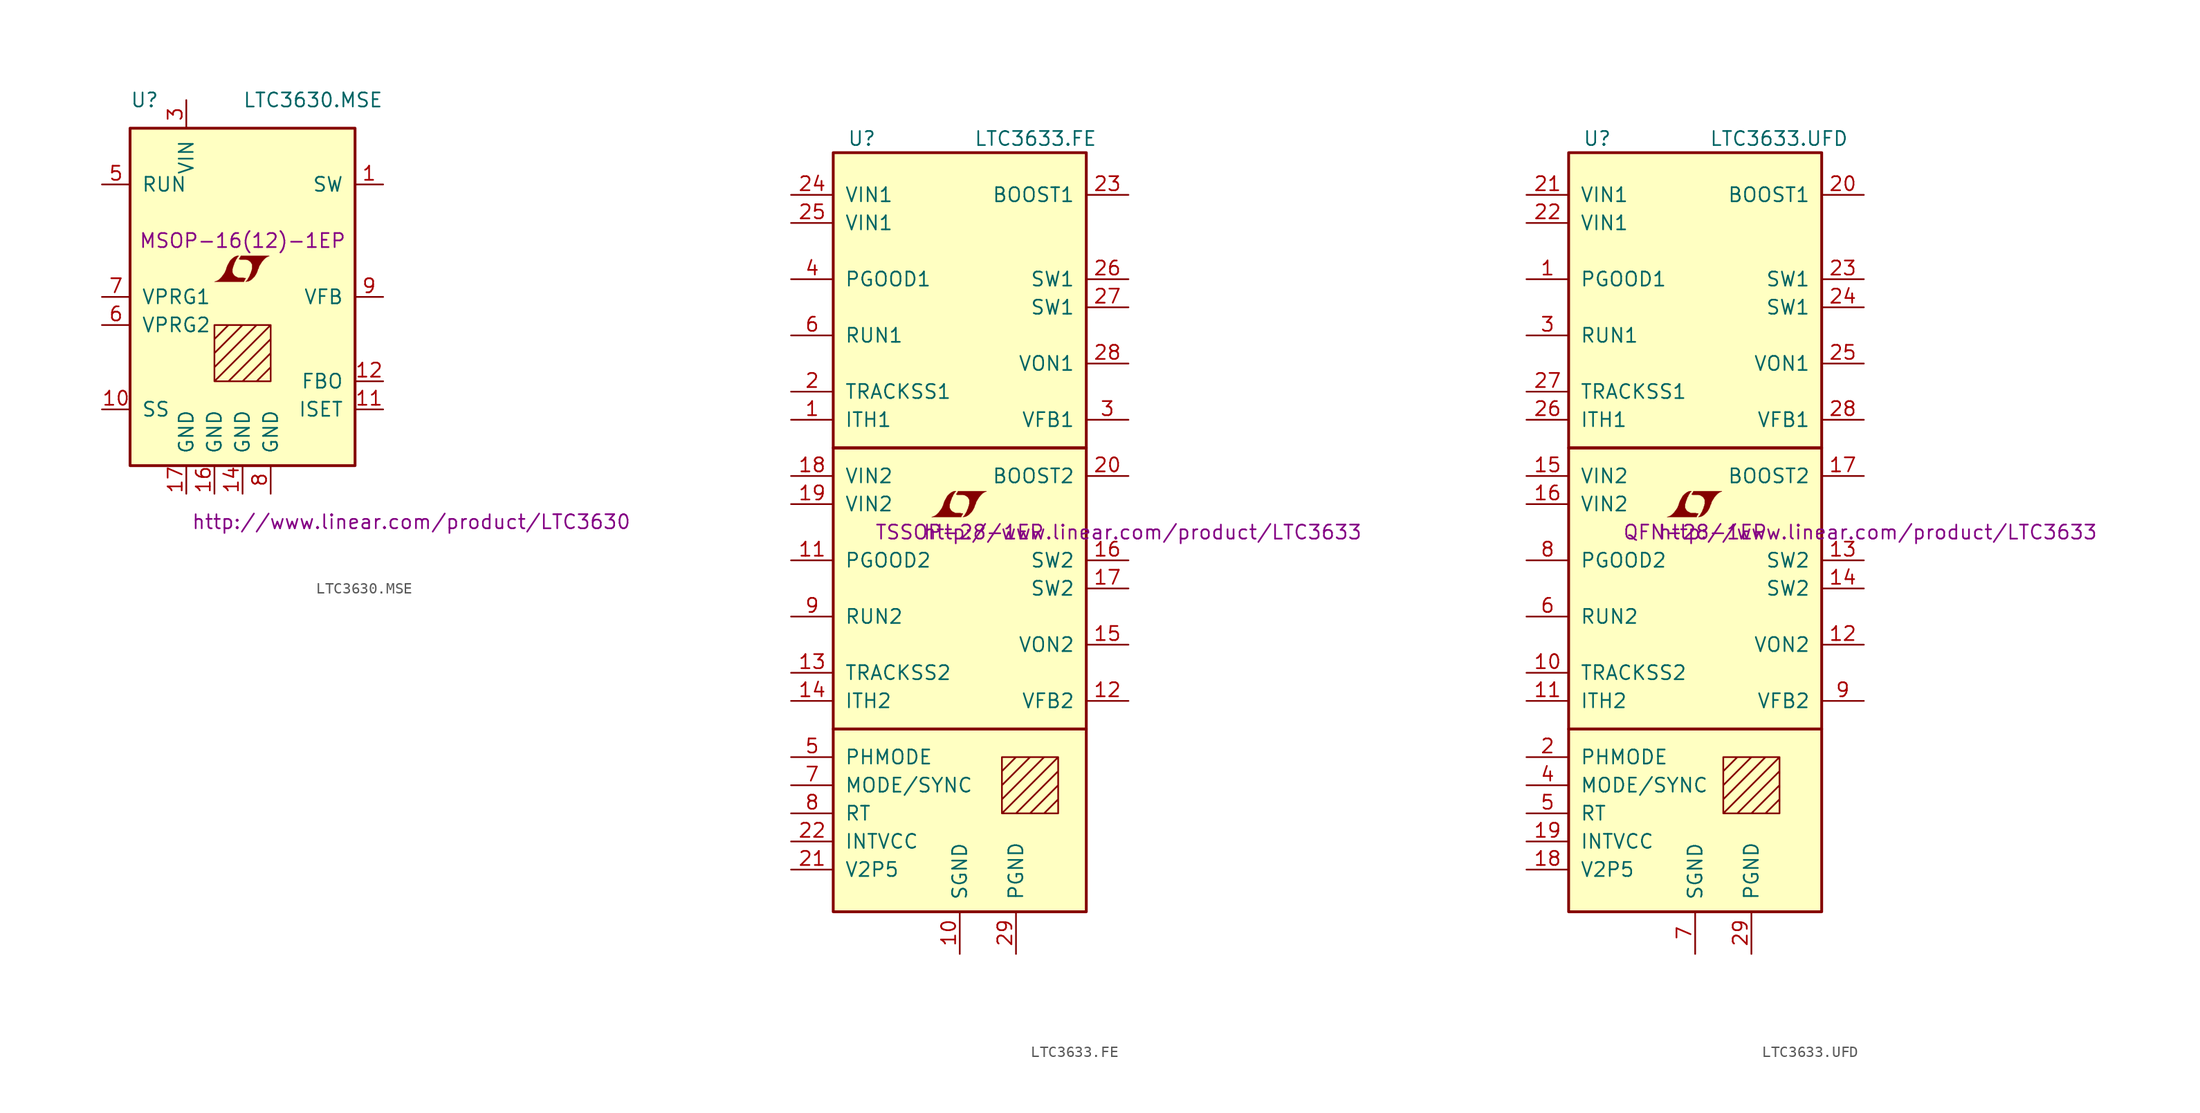
<source format=kicad_sym>
(kicad_symbol_lib
  (version 20201005)
  (generator kicad_symbol_editor)
  (symbol "LTC3630.MSE"
    (pin_names
      (offset 1.016))
    (property "Reference" "U"
      (at -10.16 17.78 0)
      (effects (font (size 1.27 1.27)) (justify left)))
    (property "Value" "LTC3630.MSE"
      (at 0 17.78 0)
      (effects (font (size 1.27 1.27)) (justify left)))
    (property "Footprint" "MSOP-16(12)-1EP"
      (at 0 5.08 0)
      (effects (font (size 1.27 1.27))))
    (property "Datasheet" "http://www.linear.com/product/LTC3630"
      (at 15.24 -20.32 0)
      (effects (font (size 1.27 1.27))))
    (symbol "LTC3630.MSE_0_0"
      (polyline (pts (xy 0.203 1.549) (xy 0.229 1.575) (xy 0.279 1.676) (xy 0.279 1.702) (xy 0.152 1.702) (xy 0.051 1.727) (xy -0.406 1.727) (xy -0.432 1.753) (xy -0.686 1.88) (xy -0.787 1.981) (xy -0.864 2.108) (xy -0.914 2.21) (xy -0.914 2.515) (xy -0.864 2.667) (xy -0.838 2.769) (xy -0.813 2.845) (xy -0.762 2.972) (xy -0.711 3.124) (xy -0.635 3.251) (xy -0.584 3.378) (xy -0.508 3.48) (xy -0.457 3.581) (xy -0.33 3.708) (xy -0.508 3.708) (xy -0.635 3.658) (xy -0.737 3.607) (xy -0.813 3.556) (xy -0.94 3.454) (xy -1.118 3.277) (xy -1.372 2.819) (xy -1.473 2.54) (xy -1.473 2.489) (xy -1.524 2.388) (xy -1.575 2.261) (xy -1.626 2.159) (xy -1.753 1.981) (xy -1.905 1.778) (xy -2.057 1.626) (xy -2.21 1.499) (xy -2.388 1.422) (xy -2.54 1.372) (xy 0.127 1.372) (xy 0.203 1.549)) (stroke (width 0.025)) (fill (type outline)))
      (polyline (pts (xy 0.406 1.397) (xy 0.483 1.397) (xy 0.66 1.473) (xy 0.813 1.575) (xy 1.092 1.854) (xy 1.219 2.057) (xy 1.321 2.261) (xy 1.397 2.515) (xy 1.422 2.515) (xy 1.499 2.769) (xy 1.753 3.175) (xy 1.905 3.353) (xy 2.057 3.505) (xy 2.21 3.607) (xy 2.388 3.683) (xy 2.413 3.683) (xy 2.413 3.708) (xy -0.152 3.708) (xy -0.229 3.556) (xy -0.254 3.531) (xy -0.305 3.429) (xy -0.33 3.404) (xy -0.279 3.404) (xy -0.229 3.378) (xy 0.305 3.378) (xy 0.356 3.353) (xy 0.406 3.353) (xy 0.483 3.327) (xy 0.61 3.251) (xy 0.737 3.15) (xy 0.813 3.023) (xy 0.838 2.972) (xy 0.864 2.946) (xy 0.864 2.54) (xy 0.838 2.489) (xy 0.838 2.413) (xy 0.787 2.311) (xy 0.762 2.184) (xy 0.686 2.032) (xy 0.635 1.88) (xy 0.483 1.626) (xy 0.432 1.524) (xy 0.279 1.372) (xy 0.406 1.397)) (stroke (width 0.025)) (fill (type outline))))
    (symbol "LTC3630.MSE_0_1"
      (rectangle (start -10.16 15.24) (end 10.16 -15.24) (stroke (width 0.254)) (fill (type background)))
      (polyline (pts (xy -2.54 -3.81) (xy -1.27 -2.54) (xy 0 -2.54) (xy -2.54 -5.08) (xy -2.54 -6.35) (xy 1.27 -2.54) (xy 2.54 -2.54) (xy -2.54 -7.62) (xy -1.27 -7.62) (xy 2.54 -3.81) (xy 2.54 -5.08) (xy 0 -7.62) (xy 1.27 -7.62) (xy 2.54 -6.35) (xy 2.54 -7.62) (xy -2.54 -7.62) (xy -2.54 -2.54) (xy 2.54 -2.54) (xy 2.54 -7.62)) (stroke (width 0)) (fill (type none))))
    (symbol "LTC3630.MSE_1_1"
      (pin passive line (at 12.7 10.16 180) (length 2.54) (name "SW" (effects (font (size 1.27 1.27)))) (number "1" (effects (font (size 1.27 1.27)))))
      (pin passive line (at -12.7 -10.16 0) (length 2.54) (name "SS" (effects (font (size 1.27 1.27)))) (number "10" (effects (font (size 1.27 1.27)))))
      (pin passive line (at 12.7 -10.16 180) (length 2.54) (name "ISET" (effects (font (size 1.27 1.27)))) (number "11" (effects (font (size 1.27 1.27)))))
      (pin passive line (at 12.7 -7.62 180) (length 2.54) (name "FBO" (effects (font (size 1.27 1.27)))) (number "12" (effects (font (size 1.27 1.27)))))
      (pin power_in line (at 0 -17.78 90) (length 2.54) (name "GND" (effects (font (size 1.27 1.27)))) (number "14" (effects (font (size 1.27 1.27)))))
      (pin power_in line (at -2.54 -17.78 90) (length 2.54) (name "GND" (effects (font (size 1.27 1.27)))) (number "16" (effects (font (size 1.27 1.27)))))
      (pin power_in line (at -5.08 -17.78 90) (length 2.54) (name "GND" (effects (font (size 1.27 1.27)))) (number "17" (effects (font (size 1.27 1.27)))))
      (pin power_in line (at -5.08 17.78 270) (length 2.54) (name "VIN" (effects (font (size 1.27 1.27)))) (number "3" (effects (font (size 1.27 1.27)))))
      (pin input line (at -12.7 10.16 0) (length 2.54) (name "RUN" (effects (font (size 1.27 1.27)))) (number "5" (effects (font (size 1.27 1.27)))))
      (pin input line (at -12.7 -2.54 0) (length 2.54) (name "VPRG2" (effects (font (size 1.27 1.27)))) (number "6" (effects (font (size 1.27 1.27)))))
      (pin input line (at -12.7 0 0) (length 2.54) (name "VPRG1" (effects (font (size 1.27 1.27)))) (number "7" (effects (font (size 1.27 1.27)))))
      (pin power_in line (at 2.54 -17.78 90) (length 2.54) (name "GND" (effects (font (size 1.27 1.27)))) (number "8" (effects (font (size 1.27 1.27)))))
      (pin passive line (at 12.7 0 180) (length 2.54) (name "VFB" (effects (font (size 1.27 1.27)))) (number "9" (effects (font (size 1.27 1.27)))))))
  (symbol "LTC3633.FE"
    (pin_names
      (offset 1.016))
    (property "Reference" "U"
      (at -10.16 35.56 0)
      (effects (font (size 1.27 1.27)) (justify left)))
    (property "Value" "LTC3633.FE"
      (at 1.27 35.56 0)
      (effects (font (size 1.27 1.27)) (justify left)))
    (property "Footprint" "TSSOP-28-1EP"
      (at 0 0 0)
      (effects (font (size 1.27 1.27))))
    (property "Datasheet" "http://www.linear.com/product/LTC3633"
      (at 16.51 0 0)
      (effects (font (size 1.27 1.27))))
    (symbol "LTC3633.FE_0_0"
      (polyline (pts (xy 0.203 1.549) (xy 0.229 1.575) (xy 0.279 1.676) (xy 0.279 1.702) (xy 0.152 1.702) (xy 0.051 1.727) (xy -0.406 1.727) (xy -0.432 1.753) (xy -0.686 1.88) (xy -0.787 1.981) (xy -0.864 2.108) (xy -0.914 2.21) (xy -0.914 2.515) (xy -0.864 2.667) (xy -0.838 2.769) (xy -0.813 2.845) (xy -0.762 2.972) (xy -0.711 3.124) (xy -0.635 3.251) (xy -0.584 3.378) (xy -0.508 3.48) (xy -0.457 3.581) (xy -0.33 3.708) (xy -0.508 3.708) (xy -0.635 3.658) (xy -0.737 3.607) (xy -0.813 3.556) (xy -0.94 3.454) (xy -1.118 3.277) (xy -1.372 2.819) (xy -1.473 2.54) (xy -1.473 2.489) (xy -1.524 2.388) (xy -1.575 2.261) (xy -1.626 2.159) (xy -1.753 1.981) (xy -1.905 1.778) (xy -2.057 1.626) (xy -2.21 1.499) (xy -2.388 1.422) (xy -2.54 1.372) (xy 0.127 1.372) (xy 0.203 1.549)) (stroke (width 0.025)) (fill (type outline)))
      (polyline (pts (xy 0.406 1.397) (xy 0.483 1.397) (xy 0.66 1.473) (xy 0.813 1.575) (xy 1.092 1.854) (xy 1.219 2.057) (xy 1.321 2.261) (xy 1.397 2.515) (xy 1.422 2.515) (xy 1.499 2.769) (xy 1.753 3.175) (xy 1.905 3.353) (xy 2.057 3.505) (xy 2.21 3.607) (xy 2.388 3.683) (xy 2.413 3.683) (xy 2.413 3.708) (xy -0.152 3.708) (xy -0.229 3.556) (xy -0.254 3.531) (xy -0.305 3.429) (xy -0.33 3.404) (xy -0.279 3.404) (xy -0.229 3.378) (xy 0.305 3.378) (xy 0.356 3.353) (xy 0.406 3.353) (xy 0.483 3.327) (xy 0.61 3.251) (xy 0.737 3.15) (xy 0.813 3.023) (xy 0.838 2.972) (xy 0.864 2.946) (xy 0.864 2.54) (xy 0.838 2.489) (xy 0.838 2.413) (xy 0.787 2.311) (xy 0.762 2.184) (xy 0.686 2.032) (xy 0.635 1.88) (xy 0.483 1.626) (xy 0.432 1.524) (xy 0.279 1.372) (xy 0.406 1.397)) (stroke (width 0.025)) (fill (type outline))))
    (symbol "LTC3633.FE_0_1"
      (rectangle (start -11.43 -17.78) (end 11.43 -34.29) (stroke (width 0.254)) (fill (type background)))
      (rectangle (start -11.43 7.62) (end 11.43 -17.78) (stroke (width 0.254)) (fill (type background)))
      (rectangle (start -11.43 34.29) (end 11.43 7.62) (stroke (width 0.254)) (fill (type background)))
      (polyline (pts (xy 3.81 -21.59) (xy 5.08 -20.32) (xy 6.35 -20.32) (xy 3.81 -22.86) (xy 3.81 -24.13) (xy 7.62 -20.32) (xy 8.89 -20.32) (xy 3.81 -25.4) (xy 5.08 -25.4) (xy 8.89 -21.59) (xy 8.89 -22.86) (xy 6.35 -25.4) (xy 7.62 -25.4) (xy 8.89 -24.13) (xy 8.89 -25.4) (xy 3.81 -25.4) (xy 3.81 -20.32) (xy 8.89 -20.32) (xy 8.89 -25.4)) (stroke (width 0)) (fill (type none))))
    (symbol "LTC3633.FE_1_1"
      (pin passive line (at -15.24 10.16 0) (length 3.81) (name "ITH1" (effects (font (size 1.27 1.27)))) (number "1" (effects (font (size 1.27 1.27)))))
      (pin power_in line (at 0 -38.1 90) (length 3.81) (name "SGND" (effects (font (size 1.27 1.27)))) (number "10" (effects (font (size 1.27 1.27)))))
      (pin open_collector line (at -15.24 -2.54 0) (length 3.81) (name "PGOOD2" (effects (font (size 1.27 1.27)))) (number "11" (effects (font (size 1.27 1.27)))))
      (pin passive line (at 15.24 -15.24 180) (length 3.81) (name "VFB2" (effects (font (size 1.27 1.27)))) (number "12" (effects (font (size 1.27 1.27)))))
      (pin passive line (at -15.24 -12.7 0) (length 3.81) (name "TRACKSS2" (effects (font (size 1.27 1.27)))) (number "13" (effects (font (size 1.27 1.27)))))
      (pin passive line (at -15.24 -15.24 0) (length 3.81) (name "ITH2" (effects (font (size 1.27 1.27)))) (number "14" (effects (font (size 1.27 1.27)))))
      (pin passive line (at 15.24 -10.16 180) (length 3.81) (name "VON2" (effects (font (size 1.27 1.27)))) (number "15" (effects (font (size 1.27 1.27)))))
      (pin passive line (at 15.24 -2.54 180) (length 3.81) (name "SW2" (effects (font (size 1.27 1.27)))) (number "16" (effects (font (size 1.27 1.27)))))
      (pin passive line (at 15.24 -5.08 180) (length 3.81) (name "SW2" (effects (font (size 1.27 1.27)))) (number "17" (effects (font (size 1.27 1.27)))))
      (pin power_in line (at -15.24 5.08 0) (length 3.81) (name "VIN2" (effects (font (size 1.27 1.27)))) (number "18" (effects (font (size 1.27 1.27)))))
      (pin power_in line (at -15.24 2.54 0) (length 3.81) (name "VIN2" (effects (font (size 1.27 1.27)))) (number "19" (effects (font (size 1.27 1.27)))))
      (pin passive line (at -15.24 12.7 0) (length 3.81) (name "TRACKSS1" (effects (font (size 1.27 1.27)))) (number "2" (effects (font (size 1.27 1.27)))))
      (pin passive line (at 15.24 5.08 180) (length 3.81) (name "BOOST2" (effects (font (size 1.27 1.27)))) (number "20" (effects (font (size 1.27 1.27)))))
      (pin passive line (at -15.24 -30.48 0) (length 3.81) (name "V2P5" (effects (font (size 1.27 1.27)))) (number "21" (effects (font (size 1.27 1.27)))))
      (pin passive line (at -15.24 -27.94 0) (length 3.81) (name "INTVCC" (effects (font (size 1.27 1.27)))) (number "22" (effects (font (size 1.27 1.27)))))
      (pin passive line (at 15.24 30.48 180) (length 3.81) (name "BOOST1" (effects (font (size 1.27 1.27)))) (number "23" (effects (font (size 1.27 1.27)))))
      (pin power_in line (at -15.24 30.48 0) (length 3.81) (name "VIN1" (effects (font (size 1.27 1.27)))) (number "24" (effects (font (size 1.27 1.27)))))
      (pin power_in line (at -15.24 27.94 0) (length 3.81) (name "VIN1" (effects (font (size 1.27 1.27)))) (number "25" (effects (font (size 1.27 1.27)))))
      (pin passive line (at 15.24 22.86 180) (length 3.81) (name "SW1" (effects (font (size 1.27 1.27)))) (number "26" (effects (font (size 1.27 1.27)))))
      (pin passive line (at 15.24 20.32 180) (length 3.81) (name "SW1" (effects (font (size 1.27 1.27)))) (number "27" (effects (font (size 1.27 1.27)))))
      (pin passive line (at 15.24 15.24 180) (length 3.81) (name "VON1" (effects (font (size 1.27 1.27)))) (number "28" (effects (font (size 1.27 1.27)))))
      (pin power_in line (at 5.08 -38.1 90) (length 3.81) (name "PGND" (effects (font (size 1.27 1.27)))) (number "29" (effects (font (size 1.27 1.27)))))
      (pin passive line (at 15.24 10.16 180) (length 3.81) (name "VFB1" (effects (font (size 1.27 1.27)))) (number "3" (effects (font (size 1.27 1.27)))))
      (pin open_collector line (at -15.24 22.86 0) (length 3.81) (name "PGOOD1" (effects (font (size 1.27 1.27)))) (number "4" (effects (font (size 1.27 1.27)))))
      (pin input line (at -15.24 -20.32 0) (length 3.81) (name "PHMODE" (effects (font (size 1.27 1.27)))) (number "5" (effects (font (size 1.27 1.27)))))
      (pin input line (at -15.24 17.78 0) (length 3.81) (name "RUN1" (effects (font (size 1.27 1.27)))) (number "6" (effects (font (size 1.27 1.27)))))
      (pin input line (at -15.24 -22.86 0) (length 3.81) (name "MODE/SYNC" (effects (font (size 1.27 1.27)))) (number "7" (effects (font (size 1.27 1.27)))))
      (pin passive line (at -15.24 -25.4 0) (length 3.81) (name "RT" (effects (font (size 1.27 1.27)))) (number "8" (effects (font (size 1.27 1.27)))))
      (pin input line (at -15.24 -7.62 0) (length 3.81) (name "RUN2" (effects (font (size 1.27 1.27)))) (number "9" (effects (font (size 1.27 1.27)))))))
  (symbol "LTC3633.UFD"
    (pin_names
      (offset 1.016))
    (property "Reference" "U"
      (at -10.16 35.56 0)
      (effects (font (size 1.27 1.27)) (justify left)))
    (property "Value" "LTC3633.UFD"
      (at 1.27 35.56 0)
      (effects (font (size 1.27 1.27)) (justify left)))
    (property "Footprint" "QFN-28-1EP"
      (at 0 0 0)
      (effects (font (size 1.27 1.27))))
    (property "Datasheet" "http://www.linear.com/product/LTC3633"
      (at 16.51 0 0)
      (effects (font (size 1.27 1.27))))
    (symbol "LTC3633.UFD_0_0"
      (polyline (pts (xy 0.203 1.549) (xy 0.229 1.575) (xy 0.279 1.676) (xy 0.279 1.702) (xy 0.152 1.702) (xy 0.051 1.727) (xy -0.406 1.727) (xy -0.432 1.753) (xy -0.686 1.88) (xy -0.787 1.981) (xy -0.864 2.108) (xy -0.914 2.21) (xy -0.914 2.515) (xy -0.864 2.667) (xy -0.838 2.769) (xy -0.813 2.845) (xy -0.762 2.972) (xy -0.711 3.124) (xy -0.635 3.251) (xy -0.584 3.378) (xy -0.508 3.48) (xy -0.457 3.581) (xy -0.33 3.708) (xy -0.508 3.708) (xy -0.635 3.658) (xy -0.737 3.607) (xy -0.813 3.556) (xy -0.94 3.454) (xy -1.118 3.277) (xy -1.372 2.819) (xy -1.473 2.54) (xy -1.473 2.489) (xy -1.524 2.388) (xy -1.575 2.261) (xy -1.626 2.159) (xy -1.753 1.981) (xy -1.905 1.778) (xy -2.057 1.626) (xy -2.21 1.499) (xy -2.388 1.422) (xy -2.54 1.372) (xy 0.127 1.372) (xy 0.203 1.549)) (stroke (width 0.025)) (fill (type outline)))
      (polyline (pts (xy 0.406 1.397) (xy 0.483 1.397) (xy 0.66 1.473) (xy 0.813 1.575) (xy 1.092 1.854) (xy 1.219 2.057) (xy 1.321 2.261) (xy 1.397 2.515) (xy 1.422 2.515) (xy 1.499 2.769) (xy 1.753 3.175) (xy 1.905 3.353) (xy 2.057 3.505) (xy 2.21 3.607) (xy 2.388 3.683) (xy 2.413 3.683) (xy 2.413 3.708) (xy -0.152 3.708) (xy -0.229 3.556) (xy -0.254 3.531) (xy -0.305 3.429) (xy -0.33 3.404) (xy -0.279 3.404) (xy -0.229 3.378) (xy 0.305 3.378) (xy 0.356 3.353) (xy 0.406 3.353) (xy 0.483 3.327) (xy 0.61 3.251) (xy 0.737 3.15) (xy 0.813 3.023) (xy 0.838 2.972) (xy 0.864 2.946) (xy 0.864 2.54) (xy 0.838 2.489) (xy 0.838 2.413) (xy 0.787 2.311) (xy 0.762 2.184) (xy 0.686 2.032) (xy 0.635 1.88) (xy 0.483 1.626) (xy 0.432 1.524) (xy 0.279 1.372) (xy 0.406 1.397)) (stroke (width 0.025)) (fill (type outline))))
    (symbol "LTC3633.UFD_0_1"
      (rectangle (start -11.43 -17.78) (end 11.43 -34.29) (stroke (width 0.254)) (fill (type background)))
      (rectangle (start -11.43 7.62) (end 11.43 -17.78) (stroke (width 0.254)) (fill (type background)))
      (rectangle (start -11.43 34.29) (end 11.43 7.62) (stroke (width 0.254)) (fill (type background)))
      (polyline (pts (xy 2.54 -21.59) (xy 3.81 -20.32) (xy 5.08 -20.32) (xy 2.54 -22.86) (xy 2.54 -24.13) (xy 6.35 -20.32) (xy 7.62 -20.32) (xy 2.54 -25.4) (xy 3.81 -25.4) (xy 7.62 -21.59) (xy 7.62 -22.86) (xy 5.08 -25.4) (xy 6.35 -25.4) (xy 7.62 -24.13) (xy 7.62 -25.4) (xy 2.54 -25.4) (xy 2.54 -20.32) (xy 7.62 -20.32) (xy 7.62 -25.4)) (stroke (width 0)) (fill (type none))))
    (symbol "LTC3633.UFD_1_1"
      (pin open_collector line (at -15.24 22.86 0) (length 3.81) (name "PGOOD1" (effects (font (size 1.27 1.27)))) (number "1" (effects (font (size 1.27 1.27)))))
      (pin passive line (at -15.24 -12.7 0) (length 3.81) (name "TRACKSS2" (effects (font (size 1.27 1.27)))) (number "10" (effects (font (size 1.27 1.27)))))
      (pin passive line (at -15.24 -15.24 0) (length 3.81) (name "ITH2" (effects (font (size 1.27 1.27)))) (number "11" (effects (font (size 1.27 1.27)))))
      (pin passive line (at 15.24 -10.16 180) (length 3.81) (name "VON2" (effects (font (size 1.27 1.27)))) (number "12" (effects (font (size 1.27 1.27)))))
      (pin passive line (at 15.24 -2.54 180) (length 3.81) (name "SW2" (effects (font (size 1.27 1.27)))) (number "13" (effects (font (size 1.27 1.27)))))
      (pin passive line (at 15.24 -5.08 180) (length 3.81) (name "SW2" (effects (font (size 1.27 1.27)))) (number "14" (effects (font (size 1.27 1.27)))))
      (pin power_in line (at -15.24 5.08 0) (length 3.81) (name "VIN2" (effects (font (size 1.27 1.27)))) (number "15" (effects (font (size 1.27 1.27)))))
      (pin power_in line (at -15.24 2.54 0) (length 3.81) (name "VIN2" (effects (font (size 1.27 1.27)))) (number "16" (effects (font (size 1.27 1.27)))))
      (pin passive line (at 15.24 5.08 180) (length 3.81) (name "BOOST2" (effects (font (size 1.27 1.27)))) (number "17" (effects (font (size 1.27 1.27)))))
      (pin passive line (at -15.24 -30.48 0) (length 3.81) (name "V2P5" (effects (font (size 1.27 1.27)))) (number "18" (effects (font (size 1.27 1.27)))))
      (pin passive line (at -15.24 -27.94 0) (length 3.81) (name "INTVCC" (effects (font (size 1.27 1.27)))) (number "19" (effects (font (size 1.27 1.27)))))
      (pin input line (at -15.24 -20.32 0) (length 3.81) (name "PHMODE" (effects (font (size 1.27 1.27)))) (number "2" (effects (font (size 1.27 1.27)))))
      (pin passive line (at 15.24 30.48 180) (length 3.81) (name "BOOST1" (effects (font (size 1.27 1.27)))) (number "20" (effects (font (size 1.27 1.27)))))
      (pin power_in line (at -15.24 30.48 0) (length 3.81) (name "VIN1" (effects (font (size 1.27 1.27)))) (number "21" (effects (font (size 1.27 1.27)))))
      (pin power_in line (at -15.24 27.94 0) (length 3.81) (name "VIN1" (effects (font (size 1.27 1.27)))) (number "22" (effects (font (size 1.27 1.27)))))
      (pin passive line (at 15.24 22.86 180) (length 3.81) (name "SW1" (effects (font (size 1.27 1.27)))) (number "23" (effects (font (size 1.27 1.27)))))
      (pin passive line (at 15.24 20.32 180) (length 3.81) (name "SW1" (effects (font (size 1.27 1.27)))) (number "24" (effects (font (size 1.27 1.27)))))
      (pin passive line (at 15.24 15.24 180) (length 3.81) (name "VON1" (effects (font (size 1.27 1.27)))) (number "25" (effects (font (size 1.27 1.27)))))
      (pin passive line (at -15.24 10.16 0) (length 3.81) (name "ITH1" (effects (font (size 1.27 1.27)))) (number "26" (effects (font (size 1.27 1.27)))))
      (pin passive line (at -15.24 12.7 0) (length 3.81) (name "TRACKSS1" (effects (font (size 1.27 1.27)))) (number "27" (effects (font (size 1.27 1.27)))))
      (pin passive line (at 15.24 10.16 180) (length 3.81) (name "VFB1" (effects (font (size 1.27 1.27)))) (number "28" (effects (font (size 1.27 1.27)))))
      (pin power_in line (at 5.08 -38.1 90) (length 3.81) (name "PGND" (effects (font (size 1.27 1.27)))) (number "29" (effects (font (size 1.27 1.27)))))
      (pin input line (at -15.24 17.78 0) (length 3.81) (name "RUN1" (effects (font (size 1.27 1.27)))) (number "3" (effects (font (size 1.27 1.27)))))
      (pin input line (at -15.24 -22.86 0) (length 3.81) (name "MODE/SYNC" (effects (font (size 1.27 1.27)))) (number "4" (effects (font (size 1.27 1.27)))))
      (pin passive line (at -15.24 -25.4 0) (length 3.81) (name "RT" (effects (font (size 1.27 1.27)))) (number "5" (effects (font (size 1.27 1.27)))))
      (pin input line (at -15.24 -7.62 0) (length 3.81) (name "RUN2" (effects (font (size 1.27 1.27)))) (number "6" (effects (font (size 1.27 1.27)))))
      (pin power_in line (at 0 -38.1 90) (length 3.81) (name "SGND" (effects (font (size 1.27 1.27)))) (number "7" (effects (font (size 1.27 1.27)))))
      (pin open_collector line (at -15.24 -2.54 0) (length 3.81) (name "PGOOD2" (effects (font (size 1.27 1.27)))) (number "8" (effects (font (size 1.27 1.27)))))
      (pin passive line (at 15.24 -15.24 180) (length 3.81) (name "VFB2" (effects (font (size 1.27 1.27)))) (number "9" (effects (font (size 1.27 1.27))))))))
</source>
